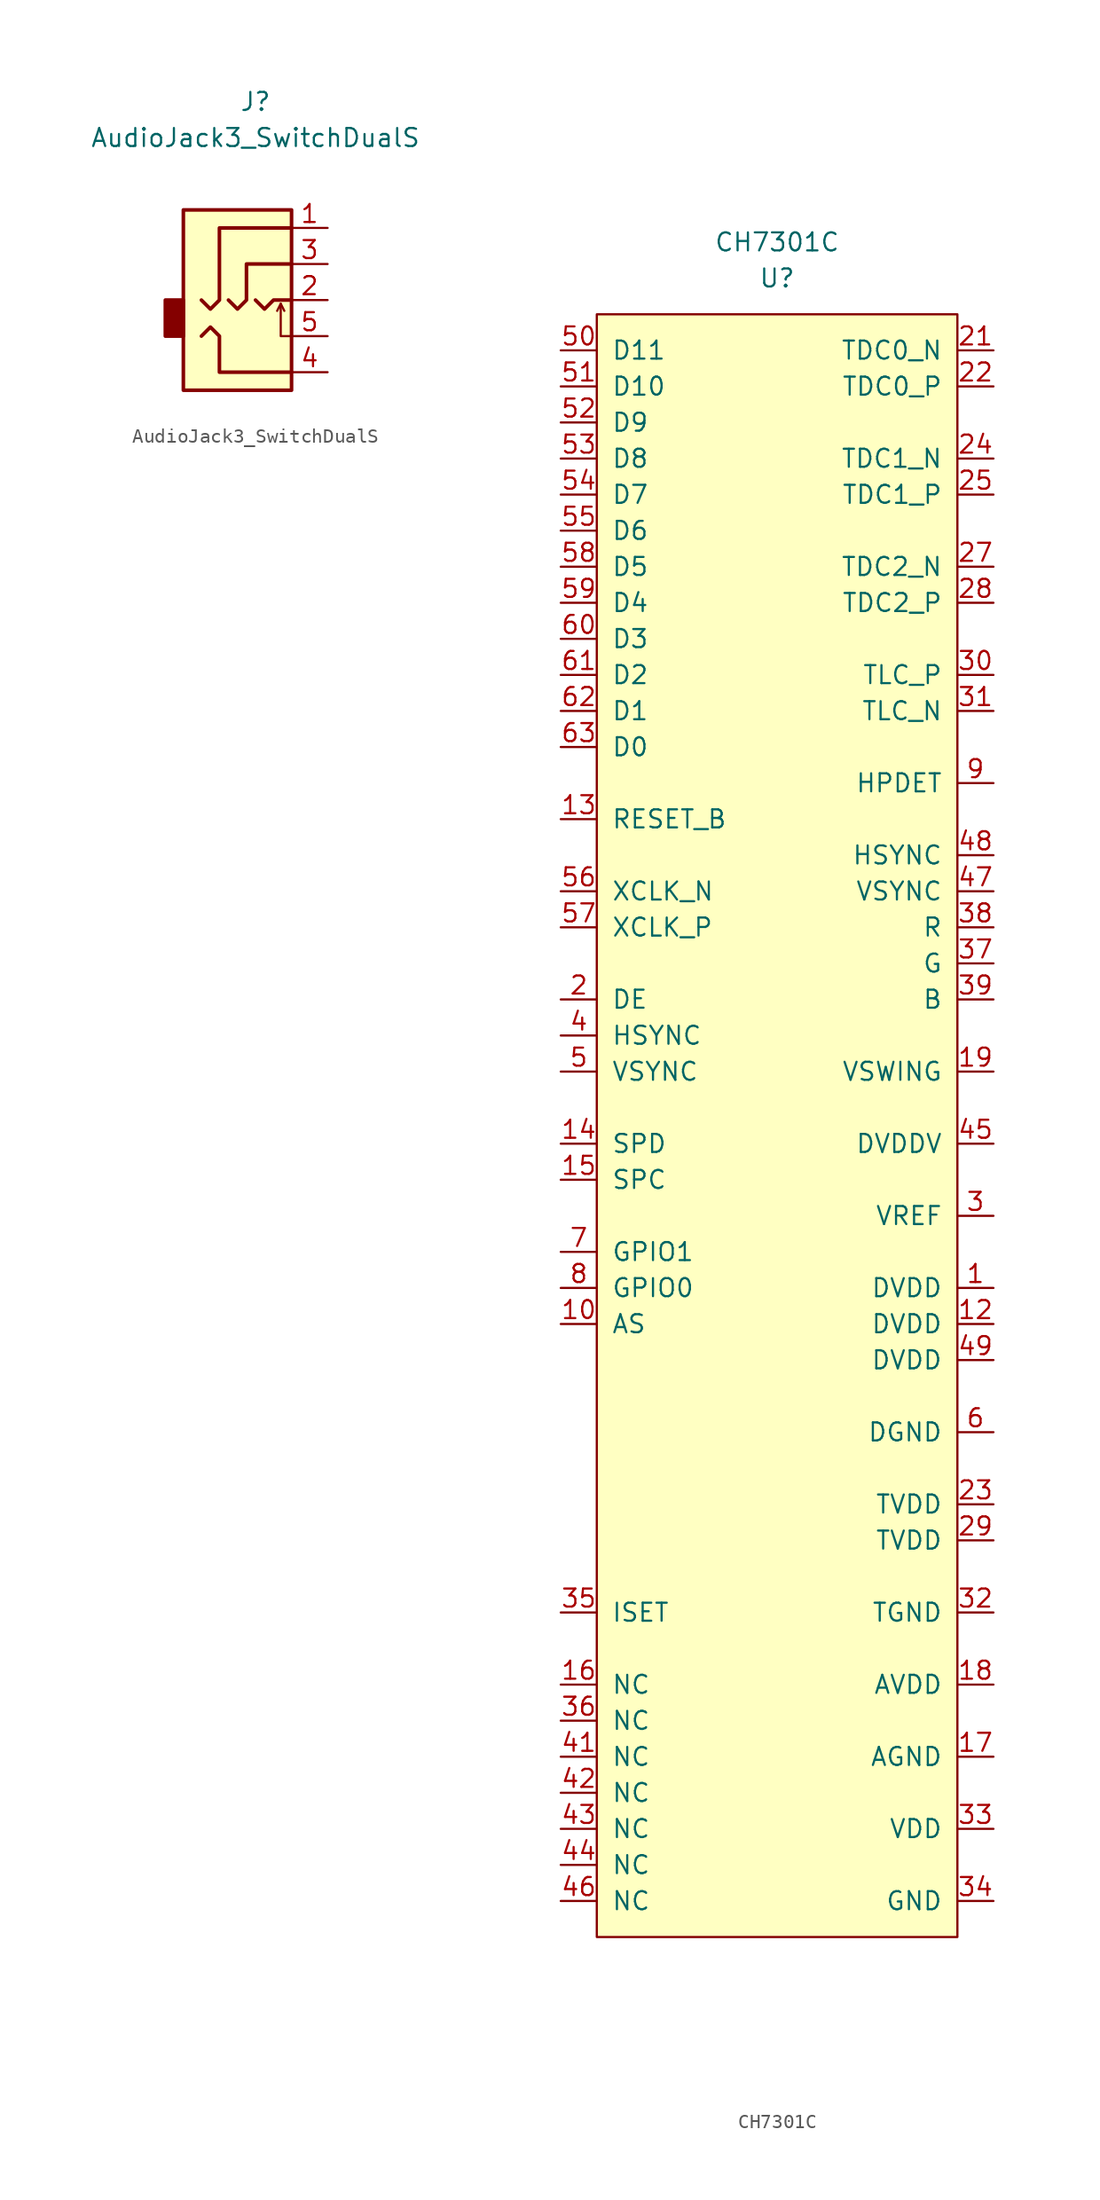
<source format=kicad_sym>
(kicad_symbol_lib
  (version 20220914)
  (generator kicad_symbol_editor)
  (symbol "AudioJack3_SwitchDualS"
    (property "Reference" "J"
      (at 0 8.89 0)
      (effects (font (size 1.27 1.27))))
    (property "Value" "AudioJack3_SwitchDualS"
      (at 0 6.35 0)
      (effects (font (size 1.27 1.27))))
    (symbol "AudioJack3_SwitchDualS_0_1"
      (rectangle (start -5.08 -5.08) (end -6.35 -7.62) (stroke (width 0.254) (type default)) (fill (type outline)))
      (polyline (pts (xy 1.778 -5.334) (xy 2.032 -5.842)) (stroke (width 0) (type default)) (fill (type none)))
      (polyline (pts (xy 0 -5.08) (xy 0.635 -5.715) (xy 1.27 -5.08) (xy 2.54 -5.08)) (stroke (width 0.254) (type default)) (fill (type none)))
      (polyline (pts (xy 2.54 -7.62) (xy 1.778 -7.62) (xy 1.778 -5.334) (xy 1.524 -5.842)) (stroke (width 0) (type default)) (fill (type none)))
      (polyline (pts (xy -3.81 -7.62) (xy -3.175 -6.985) (xy -2.54 -7.62) (xy -2.54 -10.16) (xy 2.54 -10.16)) (stroke (width 0.254) (type default)) (fill (type none)))
      (polyline (pts (xy -3.81 -5.08) (xy -3.175 -5.715) (xy -2.54 -5.08) (xy -2.54 0) (xy 2.54 0)) (stroke (width 0.254) (type default)) (fill (type none)))
      (polyline (pts (xy -1.905 -5.08) (xy -1.27 -5.715) (xy -0.635 -5.08) (xy -0.635 -3.175) (xy -0.635 -2.54) (xy 2.54 -2.54)) (stroke (width 0.254) (type default)) (fill (type none)))
      (rectangle (start 2.54 1.27) (end -5.08 -11.43) (stroke (width 0.254) (type default)) (fill (type background))))
    (symbol "AudioJack3_SwitchDualS_1_1"
      (pin passive line (at 5.08 0 180) (length 2.54) (name "~" (effects (font (size 1.27 1.27)))) (number "1" (effects (font (size 1.27 1.27)))))
      (pin passive line (at 5.08 -5.08 180) (length 2.54) (name "~" (effects (font (size 1.27 1.27)))) (number "2" (effects (font (size 1.27 1.27)))))
      (pin passive line (at 5.08 -2.54 180) (length 2.54) (name "~" (effects (font (size 1.27 1.27)))) (number "3" (effects (font (size 1.27 1.27)))))
      (pin passive line (at 5.08 -10.16 180) (length 2.54) (name "~" (effects (font (size 1.27 1.27)))) (number "4" (effects (font (size 1.27 1.27)))))
      (pin passive line (at 5.08 -7.62 180) (length 2.54) (name "~" (effects (font (size 1.27 1.27)))) (number "5" (effects (font (size 1.27 1.27)))))))
  (symbol "CH7301C"
    (pin_names
      (offset 1.016))
    (property "Reference" "U"
      (at 0 0 0)
      (effects (font (size 1.27 1.27))))
    (property "Value" "CH7301C"
      (at 0 2.54 0)
      (effects (font (size 1.27 1.27))))
    (symbol "CH7301C_0_1"
      (rectangle (start -12.7 -2.54) (end 12.7 -116.84) (stroke (width 0) (type default)) (fill (type background))))
    (symbol "CH7301C_1_1"
      (pin power_in line (at 15.24 -71.12 180) (length 2.54) (name "DVDD" (effects (font (size 1.27 1.27)))) (number "1" (effects (font (size 1.27 1.27)))))
      (pin bidirectional line (at -15.24 -73.66 0) (length 2.54) (name "AS" (effects (font (size 1.27 1.27)))) (number "10" (effects (font (size 1.27 1.27)))))
      (pin power_in line (at 15.24 -81.28 180) (length 2.54) hide (name "DGND" (effects (font (size 1.27 1.27)))) (number "11" (effects (font (size 1.27 1.27)))))
      (pin power_in line (at 15.24 -73.66 180) (length 2.54) (name "DVDD" (effects (font (size 1.27 1.27)))) (number "12" (effects (font (size 1.27 1.27)))))
      (pin input line (at -15.24 -38.1 0) (length 2.54) (name "RESET_B" (effects (font (size 1.27 1.27)))) (number "13" (effects (font (size 1.27 1.27)))))
      (pin bidirectional line (at -15.24 -60.96 0) (length 2.54) (name "SPD" (effects (font (size 1.27 1.27)))) (number "14" (effects (font (size 1.27 1.27)))))
      (pin bidirectional line (at -15.24 -63.5 0) (length 2.54) (name "SPC" (effects (font (size 1.27 1.27)))) (number "15" (effects (font (size 1.27 1.27)))))
      (pin unspecified line (at -15.24 -99.06 0) (length 2.54) (name "NC" (effects (font (size 1.27 1.27)))) (number "16" (effects (font (size 1.27 1.27)))))
      (pin power_in line (at 15.24 -104.14 180) (length 2.54) (name "AGND" (effects (font (size 1.27 1.27)))) (number "17" (effects (font (size 1.27 1.27)))))
      (pin power_in line (at 15.24 -99.06 180) (length 2.54) (name "AVDD" (effects (font (size 1.27 1.27)))) (number "18" (effects (font (size 1.27 1.27)))))
      (pin input line (at 15.24 -55.88 180) (length 2.54) (name "VSWING" (effects (font (size 1.27 1.27)))) (number "19" (effects (font (size 1.27 1.27)))))
      (pin input line (at -15.24 -50.8 0) (length 2.54) (name "DE" (effects (font (size 1.27 1.27)))) (number "2" (effects (font (size 1.27 1.27)))))
      (pin output line (at 15.24 -5.08 180) (length 2.54) (name "TDC0_N" (effects (font (size 1.27 1.27)))) (number "21" (effects (font (size 1.27 1.27)))))
      (pin output line (at 15.24 -7.62 180) (length 2.54) (name "TDC0_P" (effects (font (size 1.27 1.27)))) (number "22" (effects (font (size 1.27 1.27)))))
      (pin power_in line (at 15.24 -86.36 180) (length 2.54) (name "TVDD" (effects (font (size 1.27 1.27)))) (number "23" (effects (font (size 1.27 1.27)))))
      (pin output line (at 15.24 -12.7 180) (length 2.54) (name "TDC1_N" (effects (font (size 1.27 1.27)))) (number "24" (effects (font (size 1.27 1.27)))))
      (pin output line (at 15.24 -15.24 180) (length 2.54) (name "TDC1_P" (effects (font (size 1.27 1.27)))) (number "25" (effects (font (size 1.27 1.27)))))
      (pin power_in line (at 15.24 -93.98 180) (length 2.54) hide (name "TGND" (effects (font (size 1.27 1.27)))) (number "26" (effects (font (size 1.27 1.27)))))
      (pin output line (at 15.24 -20.32 180) (length 2.54) (name "TDC2_N" (effects (font (size 1.27 1.27)))) (number "27" (effects (font (size 1.27 1.27)))))
      (pin output line (at 15.24 -22.86 180) (length 2.54) (name "TDC2_P" (effects (font (size 1.27 1.27)))) (number "28" (effects (font (size 1.27 1.27)))))
      (pin power_in line (at 15.24 -88.9 180) (length 2.54) (name "TVDD" (effects (font (size 1.27 1.27)))) (number "29" (effects (font (size 1.27 1.27)))))
      (pin power_in line (at 15.24 -66.04 180) (length 2.54) (name "VREF" (effects (font (size 1.27 1.27)))) (number "3" (effects (font (size 1.27 1.27)))))
      (pin output line (at 15.24 -27.94 180) (length 2.54) (name "TLC_P" (effects (font (size 1.27 1.27)))) (number "30" (effects (font (size 1.27 1.27)))))
      (pin output line (at 15.24 -30.48 180) (length 2.54) (name "TLC_N" (effects (font (size 1.27 1.27)))) (number "31" (effects (font (size 1.27 1.27)))))
      (pin power_in line (at 15.24 -93.98 180) (length 2.54) (name "TGND" (effects (font (size 1.27 1.27)))) (number "32" (effects (font (size 1.27 1.27)))))
      (pin power_in line (at 15.24 -93.98 180) (length 2.54) hide (name "TGND" (effects (font (size 1.27 1.27)))) (number "32" (effects (font (size 1.27 1.27)))))
      (pin power_in line (at 15.24 -109.22 180) (length 2.54) (name "VDD" (effects (font (size 1.27 1.27)))) (number "33" (effects (font (size 1.27 1.27)))))
      (pin power_in line (at 15.24 -114.3 180) (length 2.54) (name "GND" (effects (font (size 1.27 1.27)))) (number "34" (effects (font (size 1.27 1.27)))))
      (pin unspecified line (at -15.24 -93.98 0) (length 2.54) (name "ISET" (effects (font (size 1.27 1.27)))) (number "35" (effects (font (size 1.27 1.27)))))
      (pin unspecified line (at -15.24 -101.6 0) (length 2.54) (name "NC" (effects (font (size 1.27 1.27)))) (number "36" (effects (font (size 1.27 1.27)))))
      (pin output line (at 15.24 -48.26 180) (length 2.54) (name "G" (effects (font (size 1.27 1.27)))) (number "37" (effects (font (size 1.27 1.27)))))
      (pin output line (at 15.24 -45.72 180) (length 2.54) (name "R" (effects (font (size 1.27 1.27)))) (number "38" (effects (font (size 1.27 1.27)))))
      (pin output line (at 15.24 -50.8 180) (length 2.54) (name "B" (effects (font (size 1.27 1.27)))) (number "39" (effects (font (size 1.27 1.27)))))
      (pin input line (at -15.24 -53.34 0) (length 2.54) (name "HSYNC" (effects (font (size 1.27 1.27)))) (number "4" (effects (font (size 1.27 1.27)))))
      (pin power_in line (at 15.24 -114.3 180) (length 2.54) hide (name "GND" (effects (font (size 1.27 1.27)))) (number "40" (effects (font (size 1.27 1.27)))))
      (pin unspecified line (at -15.24 -104.14 0) (length 2.54) (name "NC" (effects (font (size 1.27 1.27)))) (number "41" (effects (font (size 1.27 1.27)))))
      (pin unspecified line (at -15.24 -106.68 0) (length 2.54) (name "NC" (effects (font (size 1.27 1.27)))) (number "42" (effects (font (size 1.27 1.27)))))
      (pin unspecified line (at -15.24 -109.22 0) (length 2.54) (name "NC" (effects (font (size 1.27 1.27)))) (number "43" (effects (font (size 1.27 1.27)))))
      (pin unspecified line (at -15.24 -111.76 0) (length 2.54) (name "NC" (effects (font (size 1.27 1.27)))) (number "44" (effects (font (size 1.27 1.27)))))
      (pin power_in line (at 15.24 -60.96 180) (length 2.54) (name "DVDDV" (effects (font (size 1.27 1.27)))) (number "45" (effects (font (size 1.27 1.27)))))
      (pin unspecified line (at -15.24 -114.3 0) (length 2.54) (name "NC" (effects (font (size 1.27 1.27)))) (number "46" (effects (font (size 1.27 1.27)))))
      (pin output line (at 15.24 -43.18 180) (length 2.54) (name "VSYNC" (effects (font (size 1.27 1.27)))) (number "47" (effects (font (size 1.27 1.27)))))
      (pin output line (at 15.24 -40.64 180) (length 2.54) (name "HSYNC" (effects (font (size 1.27 1.27)))) (number "48" (effects (font (size 1.27 1.27)))))
      (pin power_in line (at 15.24 -76.2 180) (length 2.54) (name "DVDD" (effects (font (size 1.27 1.27)))) (number "49" (effects (font (size 1.27 1.27)))))
      (pin input line (at -15.24 -55.88 0) (length 2.54) (name "VSYNC" (effects (font (size 1.27 1.27)))) (number "5" (effects (font (size 1.27 1.27)))))
      (pin input line (at -15.24 -5.08 0) (length 2.54) (name "D11" (effects (font (size 1.27 1.27)))) (number "50" (effects (font (size 1.27 1.27)))))
      (pin input line (at -15.24 -7.62 0) (length 2.54) (name "D10" (effects (font (size 1.27 1.27)))) (number "51" (effects (font (size 1.27 1.27)))))
      (pin input line (at -15.24 -10.16 0) (length 2.54) (name "D9" (effects (font (size 1.27 1.27)))) (number "52" (effects (font (size 1.27 1.27)))))
      (pin input line (at -15.24 -12.7 0) (length 2.54) (name "D8" (effects (font (size 1.27 1.27)))) (number "53" (effects (font (size 1.27 1.27)))))
      (pin input line (at -15.24 -15.24 0) (length 2.54) (name "D7" (effects (font (size 1.27 1.27)))) (number "54" (effects (font (size 1.27 1.27)))))
      (pin input line (at -15.24 -17.78 0) (length 2.54) (name "D6" (effects (font (size 1.27 1.27)))) (number "55" (effects (font (size 1.27 1.27)))))
      (pin input line (at -15.24 -43.18 0) (length 2.54) (name "XCLK_N" (effects (font (size 1.27 1.27)))) (number "56" (effects (font (size 1.27 1.27)))))
      (pin input line (at -15.24 -45.72 0) (length 2.54) (name "XCLK_P" (effects (font (size 1.27 1.27)))) (number "57" (effects (font (size 1.27 1.27)))))
      (pin input line (at -15.24 -20.32 0) (length 2.54) (name "D5" (effects (font (size 1.27 1.27)))) (number "58" (effects (font (size 1.27 1.27)))))
      (pin input line (at -15.24 -22.86 0) (length 2.54) (name "D4" (effects (font (size 1.27 1.27)))) (number "59" (effects (font (size 1.27 1.27)))))
      (pin power_in line (at 15.24 -81.28 180) (length 2.54) (name "DGND" (effects (font (size 1.27 1.27)))) (number "6" (effects (font (size 1.27 1.27)))))
      (pin input line (at -15.24 -25.4 0) (length 2.54) (name "D3" (effects (font (size 1.27 1.27)))) (number "60" (effects (font (size 1.27 1.27)))))
      (pin input line (at -15.24 -27.94 0) (length 2.54) (name "D2" (effects (font (size 1.27 1.27)))) (number "61" (effects (font (size 1.27 1.27)))))
      (pin input line (at -15.24 -30.48 0) (length 2.54) (name "D1" (effects (font (size 1.27 1.27)))) (number "62" (effects (font (size 1.27 1.27)))))
      (pin input line (at -15.24 -33.02 0) (length 2.54) (name "D0" (effects (font (size 1.27 1.27)))) (number "63" (effects (font (size 1.27 1.27)))))
      (pin power_in line (at 15.24 -81.28 180) (length 2.54) hide (name "DGND" (effects (font (size 1.27 1.27)))) (number "64" (effects (font (size 1.27 1.27)))))
      (pin bidirectional line (at -15.24 -68.58 0) (length 2.54) (name "GPIO1" (effects (font (size 1.27 1.27)))) (number "7" (effects (font (size 1.27 1.27)))))
      (pin bidirectional line (at -15.24 -71.12 0) (length 2.54) (name "GPIO0" (effects (font (size 1.27 1.27)))) (number "8" (effects (font (size 1.27 1.27)))))
      (pin output line (at 15.24 -35.56 180) (length 2.54) (name "HPDET" (effects (font (size 1.27 1.27)))) (number "9" (effects (font (size 1.27 1.27))))))))
</source>
